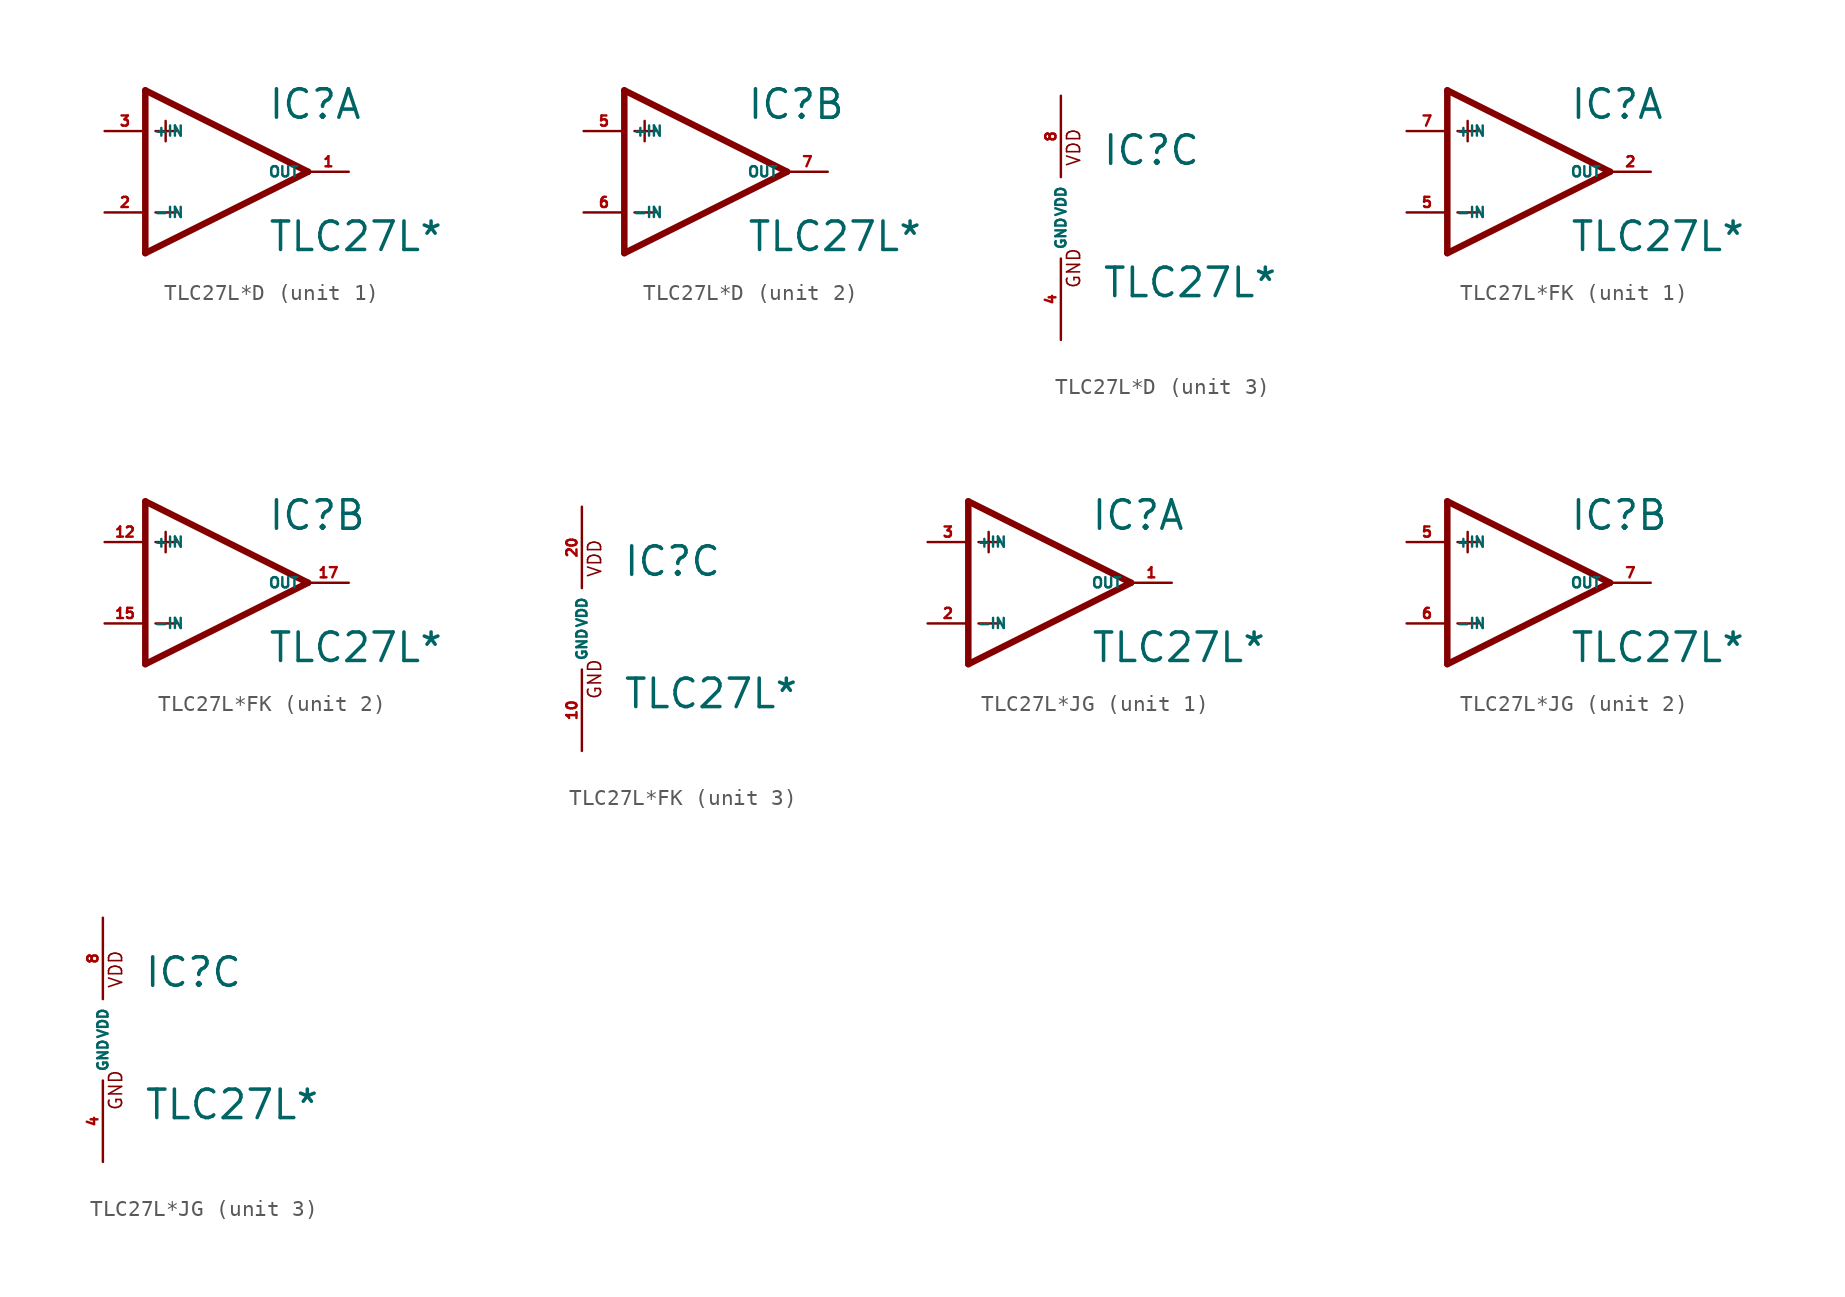
<source format=kicad_sym>
(kicad_symbol_lib
  (version 20220914)
  (generator Eagle2Kicad)
  (symbol "TLC27L*D"
    (property "Reference" "IC"
      (at 2.54 3.175 0)
      (effects (font (size 1.778 1.778) (thickness 0.22)) (justify left bottom)))
    (property "Value" "TLC27L*"
      (at 2.54 -5.08 0)
      (effects (font (size 1.778 1.778) (thickness 0.22)) (justify left bottom)))
    (symbol "TLC27L*D_1_0"
      (polyline (pts (xy -5.08 5.08) (xy -5.08 -5.08)) (stroke (width 0.406) (type default)) (fill (type none)))
      (polyline (pts (xy -5.08 -5.08) (xy 5.08 0)) (stroke (width 0.406) (type default)) (fill (type none)))
      (polyline (pts (xy 5.08 0) (xy -5.08 5.08)) (stroke (width 0.406) (type default)) (fill (type none)))
      (polyline (pts (xy -3.81 3.175) (xy -3.81 1.905)) (stroke (width 0.152) (type default)) (fill (type none)))
      (polyline (pts (xy -4.445 2.54) (xy -3.175 2.54)) (stroke (width 0.152) (type default)) (fill (type none)))
      (polyline (pts (xy -4.445 -2.54) (xy -3.175 -2.54)) (stroke (width 0.152) (type default)) (fill (type none)))
      (pin input line (at -7.62 -2.54 0) (length 2.54) (name "-IN" (effects (font (size 0.635 0.635) (thickness 0.08)) (justify left bottom))) (number "2" (effects (font (size 0.635 0.635) (thickness 0.08)) (justify left bottom))))
      (pin input line (at -7.62 2.54 0) (length 2.54) (name "+IN" (effects (font (size 0.635 0.635) (thickness 0.08)) (justify left bottom))) (number "3" (effects (font (size 0.635 0.635) (thickness 0.08)) (justify left bottom))))
      (pin output line (at 7.62 0 180) (length 2.54) (name "OUT" (effects (font (size 0.635 0.635) (thickness 0.08)) (justify left bottom))) (number "1" (effects (font (size 0.635 0.635) (thickness 0.08)) (justify left bottom)))))
    (symbol "TLC27L*D_2_0"
      (polyline (pts (xy -5.08 5.08) (xy -5.08 -5.08)) (stroke (width 0.406) (type default)) (fill (type none)))
      (polyline (pts (xy -5.08 -5.08) (xy 5.08 0)) (stroke (width 0.406) (type default)) (fill (type none)))
      (polyline (pts (xy 5.08 0) (xy -5.08 5.08)) (stroke (width 0.406) (type default)) (fill (type none)))
      (polyline (pts (xy -3.81 3.175) (xy -3.81 1.905)) (stroke (width 0.152) (type default)) (fill (type none)))
      (polyline (pts (xy -4.445 2.54) (xy -3.175 2.54)) (stroke (width 0.152) (type default)) (fill (type none)))
      (polyline (pts (xy -4.445 -2.54) (xy -3.175 -2.54)) (stroke (width 0.152) (type default)) (fill (type none)))
      (pin input line (at -7.62 -2.54 0) (length 2.54) (name "-IN" (effects (font (size 0.635 0.635) (thickness 0.08)) (justify left bottom))) (number "6" (effects (font (size 0.635 0.635) (thickness 0.08)) (justify left bottom))))
      (pin input line (at -7.62 2.54 0) (length 2.54) (name "+IN" (effects (font (size 0.635 0.635) (thickness 0.08)) (justify left bottom))) (number "5" (effects (font (size 0.635 0.635) (thickness 0.08)) (justify left bottom))))
      (pin output line (at 7.62 0 180) (length 2.54) (name "OUT" (effects (font (size 0.635 0.635) (thickness 0.08)) (justify left bottom))) (number "7" (effects (font (size 0.635 0.635) (thickness 0.08)) (justify left bottom)))))
    (symbol "TLC27L*D_3_0"
      (text "VDD" (at 1.27 3.175 900) (effects (font (size 0.813 0.813) (thickness 0.10)) (justify left bottom)))
      (text "GND" (at 1.27 -4.445 900) (effects (font (size 0.813 0.813) (thickness 0.10)) (justify left bottom)))
      (pin unspecified line (at 0 7.62 270) (length 5.08) (name "VDD" (effects (font (size 0.635 0.635) (thickness 0.08)) (justify left bottom))) (number "8" (effects (font (size 0.635 0.635) (thickness 0.08)) (justify left bottom))))
      (pin unspecified line (at 0 -7.62 90) (length 5.08) (name "GND" (effects (font (size 0.635 0.635) (thickness 0.08)) (justify left bottom))) (number "4" (effects (font (size 0.635 0.635) (thickness 0.08)) (justify left bottom))))))
  (symbol "TLC27L*FK"
    (property "Reference" "IC"
      (at 2.54 3.175 0)
      (effects (font (size 1.778 1.778) (thickness 0.22)) (justify left bottom)))
    (property "Value" "TLC27L*"
      (at 2.54 -5.08 0)
      (effects (font (size 1.778 1.778) (thickness 0.22)) (justify left bottom)))
    (symbol "TLC27L*FK_1_0"
      (polyline (pts (xy -5.08 5.08) (xy -5.08 -5.08)) (stroke (width 0.406) (type default)) (fill (type none)))
      (polyline (pts (xy -5.08 -5.08) (xy 5.08 0)) (stroke (width 0.406) (type default)) (fill (type none)))
      (polyline (pts (xy 5.08 0) (xy -5.08 5.08)) (stroke (width 0.406) (type default)) (fill (type none)))
      (polyline (pts (xy -3.81 3.175) (xy -3.81 1.905)) (stroke (width 0.152) (type default)) (fill (type none)))
      (polyline (pts (xy -4.445 2.54) (xy -3.175 2.54)) (stroke (width 0.152) (type default)) (fill (type none)))
      (polyline (pts (xy -4.445 -2.54) (xy -3.175 -2.54)) (stroke (width 0.152) (type default)) (fill (type none)))
      (pin input line (at -7.62 -2.54 0) (length 2.54) (name "-IN" (effects (font (size 0.635 0.635) (thickness 0.08)) (justify left bottom))) (number "5" (effects (font (size 0.635 0.635) (thickness 0.08)) (justify left bottom))))
      (pin input line (at -7.62 2.54 0) (length 2.54) (name "+IN" (effects (font (size 0.635 0.635) (thickness 0.08)) (justify left bottom))) (number "7" (effects (font (size 0.635 0.635) (thickness 0.08)) (justify left bottom))))
      (pin output line (at 7.62 0 180) (length 2.54) (name "OUT" (effects (font (size 0.635 0.635) (thickness 0.08)) (justify left bottom))) (number "2" (effects (font (size 0.635 0.635) (thickness 0.08)) (justify left bottom)))))
    (symbol "TLC27L*FK_2_0"
      (polyline (pts (xy -5.08 5.08) (xy -5.08 -5.08)) (stroke (width 0.406) (type default)) (fill (type none)))
      (polyline (pts (xy -5.08 -5.08) (xy 5.08 0)) (stroke (width 0.406) (type default)) (fill (type none)))
      (polyline (pts (xy 5.08 0) (xy -5.08 5.08)) (stroke (width 0.406) (type default)) (fill (type none)))
      (polyline (pts (xy -3.81 3.175) (xy -3.81 1.905)) (stroke (width 0.152) (type default)) (fill (type none)))
      (polyline (pts (xy -4.445 2.54) (xy -3.175 2.54)) (stroke (width 0.152) (type default)) (fill (type none)))
      (polyline (pts (xy -4.445 -2.54) (xy -3.175 -2.54)) (stroke (width 0.152) (type default)) (fill (type none)))
      (pin input line (at -7.62 -2.54 0) (length 2.54) (name "-IN" (effects (font (size 0.635 0.635) (thickness 0.08)) (justify left bottom))) (number "15" (effects (font (size 0.635 0.635) (thickness 0.08)) (justify left bottom))))
      (pin input line (at -7.62 2.54 0) (length 2.54) (name "+IN" (effects (font (size 0.635 0.635) (thickness 0.08)) (justify left bottom))) (number "12" (effects (font (size 0.635 0.635) (thickness 0.08)) (justify left bottom))))
      (pin output line (at 7.62 0 180) (length 2.54) (name "OUT" (effects (font (size 0.635 0.635) (thickness 0.08)) (justify left bottom))) (number "17" (effects (font (size 0.635 0.635) (thickness 0.08)) (justify left bottom)))))
    (symbol "TLC27L*FK_3_0"
      (text "VDD" (at 1.27 3.175 900) (effects (font (size 0.813 0.813) (thickness 0.10)) (justify left bottom)))
      (text "GND" (at 1.27 -4.445 900) (effects (font (size 0.813 0.813) (thickness 0.10)) (justify left bottom)))
      (pin unspecified line (at 0 7.62 270) (length 5.08) (name "VDD" (effects (font (size 0.635 0.635) (thickness 0.08)) (justify left bottom))) (number "20" (effects (font (size 0.635 0.635) (thickness 0.08)) (justify left bottom))))
      (pin unspecified line (at 0 -7.62 90) (length 5.08) (name "GND" (effects (font (size 0.635 0.635) (thickness 0.08)) (justify left bottom))) (number "10" (effects (font (size 0.635 0.635) (thickness 0.08)) (justify left bottom))))))
  (symbol "TLC27L*JG"
    (property "Reference" "IC"
      (at 2.54 3.175 0)
      (effects (font (size 1.778 1.778) (thickness 0.22)) (justify left bottom)))
    (property "Value" "TLC27L*"
      (at 2.54 -5.08 0)
      (effects (font (size 1.778 1.778) (thickness 0.22)) (justify left bottom)))
    (symbol "TLC27L*JG_1_0"
      (polyline (pts (xy -5.08 5.08) (xy -5.08 -5.08)) (stroke (width 0.406) (type default)) (fill (type none)))
      (polyline (pts (xy -5.08 -5.08) (xy 5.08 0)) (stroke (width 0.406) (type default)) (fill (type none)))
      (polyline (pts (xy 5.08 0) (xy -5.08 5.08)) (stroke (width 0.406) (type default)) (fill (type none)))
      (polyline (pts (xy -3.81 3.175) (xy -3.81 1.905)) (stroke (width 0.152) (type default)) (fill (type none)))
      (polyline (pts (xy -4.445 2.54) (xy -3.175 2.54)) (stroke (width 0.152) (type default)) (fill (type none)))
      (polyline (pts (xy -4.445 -2.54) (xy -3.175 -2.54)) (stroke (width 0.152) (type default)) (fill (type none)))
      (pin input line (at -7.62 -2.54 0) (length 2.54) (name "-IN" (effects (font (size 0.635 0.635) (thickness 0.08)) (justify left bottom))) (number "2" (effects (font (size 0.635 0.635) (thickness 0.08)) (justify left bottom))))
      (pin input line (at -7.62 2.54 0) (length 2.54) (name "+IN" (effects (font (size 0.635 0.635) (thickness 0.08)) (justify left bottom))) (number "3" (effects (font (size 0.635 0.635) (thickness 0.08)) (justify left bottom))))
      (pin output line (at 7.62 0 180) (length 2.54) (name "OUT" (effects (font (size 0.635 0.635) (thickness 0.08)) (justify left bottom))) (number "1" (effects (font (size 0.635 0.635) (thickness 0.08)) (justify left bottom)))))
    (symbol "TLC27L*JG_2_0"
      (polyline (pts (xy -5.08 5.08) (xy -5.08 -5.08)) (stroke (width 0.406) (type default)) (fill (type none)))
      (polyline (pts (xy -5.08 -5.08) (xy 5.08 0)) (stroke (width 0.406) (type default)) (fill (type none)))
      (polyline (pts (xy 5.08 0) (xy -5.08 5.08)) (stroke (width 0.406) (type default)) (fill (type none)))
      (polyline (pts (xy -3.81 3.175) (xy -3.81 1.905)) (stroke (width 0.152) (type default)) (fill (type none)))
      (polyline (pts (xy -4.445 2.54) (xy -3.175 2.54)) (stroke (width 0.152) (type default)) (fill (type none)))
      (polyline (pts (xy -4.445 -2.54) (xy -3.175 -2.54)) (stroke (width 0.152) (type default)) (fill (type none)))
      (pin input line (at -7.62 -2.54 0) (length 2.54) (name "-IN" (effects (font (size 0.635 0.635) (thickness 0.08)) (justify left bottom))) (number "6" (effects (font (size 0.635 0.635) (thickness 0.08)) (justify left bottom))))
      (pin input line (at -7.62 2.54 0) (length 2.54) (name "+IN" (effects (font (size 0.635 0.635) (thickness 0.08)) (justify left bottom))) (number "5" (effects (font (size 0.635 0.635) (thickness 0.08)) (justify left bottom))))
      (pin output line (at 7.62 0 180) (length 2.54) (name "OUT" (effects (font (size 0.635 0.635) (thickness 0.08)) (justify left bottom))) (number "7" (effects (font (size 0.635 0.635) (thickness 0.08)) (justify left bottom)))))
    (symbol "TLC27L*JG_3_0"
      (text "VDD" (at 1.27 3.175 900) (effects (font (size 0.813 0.813) (thickness 0.10)) (justify left bottom)))
      (text "GND" (at 1.27 -4.445 900) (effects (font (size 0.813 0.813) (thickness 0.10)) (justify left bottom)))
      (pin unspecified line (at 0 7.62 270) (length 5.08) (name "VDD" (effects (font (size 0.635 0.635) (thickness 0.08)) (justify left bottom))) (number "8" (effects (font (size 0.635 0.635) (thickness 0.08)) (justify left bottom))))
      (pin unspecified line (at 0 -7.62 90) (length 5.08) (name "GND" (effects (font (size 0.635 0.635) (thickness 0.08)) (justify left bottom))) (number "4" (effects (font (size 0.635 0.635) (thickness 0.08)) (justify left bottom)))))))
</source>
